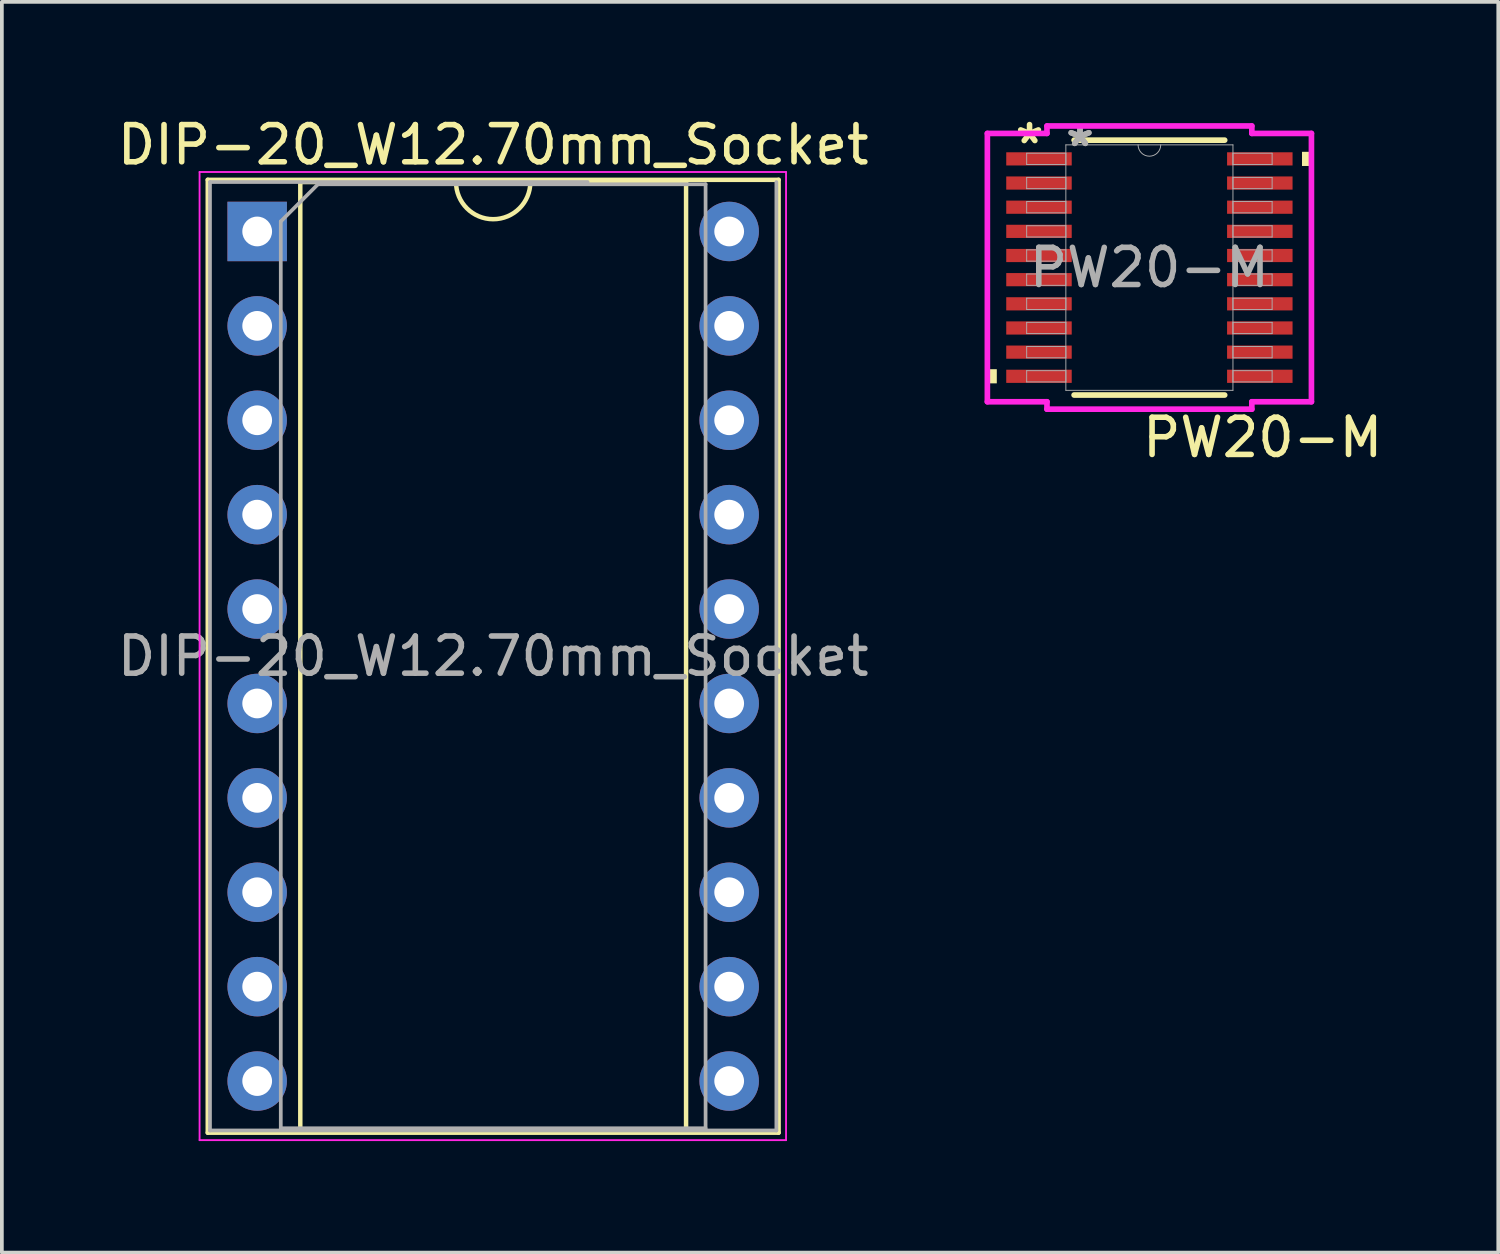
<source format=kicad_pcb>
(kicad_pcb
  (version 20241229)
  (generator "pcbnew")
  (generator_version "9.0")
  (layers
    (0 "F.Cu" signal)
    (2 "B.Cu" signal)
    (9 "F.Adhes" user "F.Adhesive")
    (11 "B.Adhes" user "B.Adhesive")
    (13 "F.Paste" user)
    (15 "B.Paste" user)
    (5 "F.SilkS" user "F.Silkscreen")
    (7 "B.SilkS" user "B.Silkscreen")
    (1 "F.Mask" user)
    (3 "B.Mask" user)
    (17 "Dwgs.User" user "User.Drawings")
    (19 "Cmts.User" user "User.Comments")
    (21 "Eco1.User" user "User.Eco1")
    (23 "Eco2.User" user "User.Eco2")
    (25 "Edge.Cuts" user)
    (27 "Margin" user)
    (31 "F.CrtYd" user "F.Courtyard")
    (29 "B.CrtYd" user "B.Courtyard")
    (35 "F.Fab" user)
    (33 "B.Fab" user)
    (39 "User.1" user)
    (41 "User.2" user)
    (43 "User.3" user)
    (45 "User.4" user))
  (footprint "PW20-M"
    (layer "F.Cu")
    (at 27.877 4.15)
    (property "Reference" "PW20-M" (at 3.048 4.572 0) (unlocked yes) (layer "F.SilkS") (effects (font (size 1 1) (thickness 0.15))))
    (attr smd allow_soldermask_bridges)
    (fp_line (start -2.026 3.429) (end 2.026 3.429) (stroke (width 0.152) (type solid)) (layer "F.SilkS"))
    (fp_line (start 2.026 -3.429) (end -2.026 -3.429) (stroke (width 0.152) (type solid)) (layer "F.SilkS"))
    (fp_poly (pts (xy -4.36 2.734) (xy -4.36 3.115) (xy -4.106 3.115) (xy -4.106 2.734)) (stroke (width 0) (type solid)) (fill yes) (layer "F.SilkS"))
    (fp_poly (pts (xy 4.36 -3.115) (xy 4.36 -2.734) (xy 4.106 -2.734) (xy 4.106 -3.115)) (stroke (width 0) (type solid)) (fill yes) (layer "F.SilkS"))
    (fp_line (start -4.36 -3.61) (end -2.756 -3.61) (stroke (width 0.152) (type solid)) (layer "F.CrtYd"))
    (fp_line (start -4.36 3.61) (end -4.36 -3.61) (stroke (width 0.152) (type solid)) (layer "F.CrtYd"))
    (fp_line (start -4.36 3.61) (end -2.756 3.61) (stroke (width 0.152) (type solid)) (layer "F.CrtYd"))
    (fp_line (start -2.756 -3.81) (end 2.756 -3.81) (stroke (width 0.152) (type solid)) (layer "F.CrtYd"))
    (fp_line (start -2.756 -3.61) (end -2.756 -3.81) (stroke (width 0.152) (type solid)) (layer "F.CrtYd"))
    (fp_line (start -2.756 3.81) (end -2.756 3.61) (stroke (width 0.152) (type solid)) (layer "F.CrtYd"))
    (fp_line (start 2.756 -3.81) (end 2.756 -3.61) (stroke (width 0.152) (type solid)) (layer "F.CrtYd"))
    (fp_line (start 2.756 3.61) (end 2.756 3.81) (stroke (width 0.152) (type solid)) (layer "F.CrtYd"))
    (fp_line (start 2.756 3.81) (end -2.756 3.81) (stroke (width 0.152) (type solid)) (layer "F.CrtYd"))
    (fp_line (start 4.36 -3.61) (end 2.756 -3.61) (stroke (width 0.152) (type solid)) (layer "F.CrtYd"))
    (fp_line (start 4.36 -3.61) (end 4.36 3.61) (stroke (width 0.152) (type solid)) (layer "F.CrtYd"))
    (fp_line (start 4.36 3.61) (end 2.756 3.61) (stroke (width 0.152) (type solid)) (layer "F.CrtYd"))
    (fp_line (start -3.302 -3.077) (end -3.302 -2.773) (stroke (width 0.025) (type solid)) (layer "F.Fab"))
    (fp_line (start -3.302 -2.773) (end -2.248 -2.773) (stroke (width 0.025) (type solid)) (layer "F.Fab"))
    (fp_line (start -3.302 -2.427) (end -3.302 -2.123) (stroke (width 0.025) (type solid)) (layer "F.Fab"))
    (fp_line (start -3.302 -2.123) (end -2.248 -2.123) (stroke (width 0.025) (type solid)) (layer "F.Fab"))
    (fp_line (start -3.302 -1.777) (end -3.302 -1.473) (stroke (width 0.025) (type solid)) (layer "F.Fab"))
    (fp_line (start -3.302 -1.473) (end -2.248 -1.473) (stroke (width 0.025) (type solid)) (layer "F.Fab"))
    (fp_line (start -3.302 -1.127) (end -3.302 -0.823) (stroke (width 0.025) (type solid)) (layer "F.Fab"))
    (fp_line (start -3.302 -0.823) (end -2.248 -0.823) (stroke (width 0.025) (type solid)) (layer "F.Fab"))
    (fp_line (start -3.302 -0.477) (end -3.302 -0.173) (stroke (width 0.025) (type solid)) (layer "F.Fab"))
    (fp_line (start -3.302 -0.173) (end -2.248 -0.173) (stroke (width 0.025) (type solid)) (layer "F.Fab"))
    (fp_line (start -3.302 0.173) (end -3.302 0.477) (stroke (width 0.025) (type solid)) (layer "F.Fab"))
    (fp_line (start -3.302 0.477) (end -2.248 0.477) (stroke (width 0.025) (type solid)) (layer "F.Fab"))
    (fp_line (start -3.302 0.823) (end -3.302 1.127) (stroke (width 0.025) (type solid)) (layer "F.Fab"))
    (fp_line (start -3.302 1.127) (end -2.248 1.127) (stroke (width 0.025) (type solid)) (layer "F.Fab"))
    (fp_line (start -3.302 1.473) (end -3.302 1.777) (stroke (width 0.025) (type solid)) (layer "F.Fab"))
    (fp_line (start -3.302 1.777) (end -2.248 1.777) (stroke (width 0.025) (type solid)) (layer "F.Fab"))
    (fp_line (start -3.302 2.123) (end -3.302 2.427) (stroke (width 0.025) (type solid)) (layer "F.Fab"))
    (fp_line (start -3.302 2.427) (end -2.248 2.427) (stroke (width 0.025) (type solid)) (layer "F.Fab"))
    (fp_line (start -3.302 2.773) (end -3.302 3.077) (stroke (width 0.025) (type solid)) (layer "F.Fab"))
    (fp_line (start -3.302 3.077) (end -2.248 3.077) (stroke (width 0.025) (type solid)) (layer "F.Fab"))
    (fp_line (start -2.248 -3.302) (end -2.248 3.302) (stroke (width 0.025) (type solid)) (layer "F.Fab"))
    (fp_line (start -2.248 -3.077) (end -3.302 -3.077) (stroke (width 0.025) (type solid)) (layer "F.Fab"))
    (fp_line (start -2.248 -2.773) (end -2.248 -3.077) (stroke (width 0.025) (type solid)) (layer "F.Fab"))
    (fp_line (start -2.248 -2.427) (end -3.302 -2.427) (stroke (width 0.025) (type solid)) (layer "F.Fab"))
    (fp_line (start -2.248 -2.123) (end -2.248 -2.427) (stroke (width 0.025) (type solid)) (layer "F.Fab"))
    (fp_line (start -2.248 -1.777) (end -3.302 -1.777) (stroke (width 0.025) (type solid)) (layer "F.Fab"))
    (fp_line (start -2.248 -1.473) (end -2.248 -1.777) (stroke (width 0.025) (type solid)) (layer "F.Fab"))
    (fp_line (start -2.248 -1.127) (end -3.302 -1.127) (stroke (width 0.025) (type solid)) (layer "F.Fab"))
    (fp_line (start -2.248 -0.823) (end -2.248 -1.127) (stroke (width 0.025) (type solid)) (layer "F.Fab"))
    (fp_line (start -2.248 -0.477) (end -3.302 -0.477) (stroke (width 0.025) (type solid)) (layer "F.Fab"))
    (fp_line (start -2.248 -0.173) (end -2.248 -0.477) (stroke (width 0.025) (type solid)) (layer "F.Fab"))
    (fp_line (start -2.248 0.173) (end -3.302 0.173) (stroke (width 0.025) (type solid)) (layer "F.Fab"))
    (fp_line (start -2.248 0.477) (end -2.248 0.173) (stroke (width 0.025) (type solid)) (layer "F.Fab"))
    (fp_line (start -2.248 0.823) (end -3.302 0.823) (stroke (width 0.025) (type solid)) (layer "F.Fab"))
    (fp_line (start -2.248 1.127) (end -2.248 0.823) (stroke (width 0.025) (type solid)) (layer "F.Fab"))
    (fp_line (start -2.248 1.473) (end -3.302 1.473) (stroke (width 0.025) (type solid)) (layer "F.Fab"))
    (fp_line (start -2.248 1.777) (end -2.248 1.473) (stroke (width 0.025) (type solid)) (layer "F.Fab"))
    (fp_line (start -2.248 2.123) (end -3.302 2.123) (stroke (width 0.025) (type solid)) (layer "F.Fab"))
    (fp_line (start -2.248 2.427) (end -2.248 2.123) (stroke (width 0.025) (type solid)) (layer "F.Fab"))
    (fp_line (start -2.248 2.773) (end -3.302 2.773) (stroke (width 0.025) (type solid)) (layer "F.Fab"))
    (fp_line (start -2.248 3.077) (end -2.248 2.773) (stroke (width 0.025) (type solid)) (layer "F.Fab"))
    (fp_line (start -2.248 3.302) (end 2.248 3.302) (stroke (width 0.025) (type solid)) (layer "F.Fab"))
    (fp_line (start 2.248 -3.302) (end -2.248 -3.302) (stroke (width 0.025) (type solid)) (layer "F.Fab"))
    (fp_line (start 2.248 -3.077) (end 2.248 -2.773) (stroke (width 0.025) (type solid)) (layer "F.Fab"))
    (fp_line (start 2.248 -2.773) (end 3.302 -2.773) (stroke (width 0.025) (type solid)) (layer "F.Fab"))
    (fp_line (start 2.248 -2.427) (end 2.248 -2.123) (stroke (width 0.025) (type solid)) (layer "F.Fab"))
    (fp_line (start 2.248 -2.123) (end 3.302 -2.123) (stroke (width 0.025) (type solid)) (layer "F.Fab"))
    (fp_line (start 2.248 -1.777) (end 2.248 -1.473) (stroke (width 0.025) (type solid)) (layer "F.Fab"))
    (fp_line (start 2.248 -1.473) (end 3.302 -1.473) (stroke (width 0.025) (type solid)) (layer "F.Fab"))
    (fp_line (start 2.248 -1.127) (end 2.248 -0.823) (stroke (width 0.025) (type solid)) (layer "F.Fab"))
    (fp_line (start 2.248 -0.823) (end 3.302 -0.823) (stroke (width 0.025) (type solid)) (layer "F.Fab"))
    (fp_line (start 2.248 -0.477) (end 2.248 -0.173) (stroke (width 0.025) (type solid)) (layer "F.Fab"))
    (fp_line (start 2.248 -0.173) (end 3.302 -0.173) (stroke (width 0.025) (type solid)) (layer "F.Fab"))
    (fp_line (start 2.248 0.173) (end 2.248 0.477) (stroke (width 0.025) (type solid)) (layer "F.Fab"))
    (fp_line (start 2.248 0.477) (end 3.302 0.477) (stroke (width 0.025) (type solid)) (layer "F.Fab"))
    (fp_line (start 2.248 0.823) (end 2.248 1.127) (stroke (width 0.025) (type solid)) (layer "F.Fab"))
    (fp_line (start 2.248 1.127) (end 3.302 1.127) (stroke (width 0.025) (type solid)) (layer "F.Fab"))
    (fp_line (start 2.248 1.473) (end 2.248 1.777) (stroke (width 0.025) (type solid)) (layer "F.Fab"))
    (fp_line (start 2.248 1.777) (end 3.302 1.777) (stroke (width 0.025) (type solid)) (layer "F.Fab"))
    (fp_line (start 2.248 2.123) (end 2.248 2.427) (stroke (width 0.025) (type solid)) (layer "F.Fab"))
    (fp_line (start 2.248 2.427) (end 3.302 2.427) (stroke (width 0.025) (type solid)) (layer "F.Fab"))
    (fp_line (start 2.248 2.773) (end 2.248 3.077) (stroke (width 0.025) (type solid)) (layer "F.Fab"))
    (fp_line (start 2.248 3.077) (end 3.302 3.077) (stroke (width 0.025) (type solid)) (layer "F.Fab"))
    (fp_line (start 2.248 3.302) (end 2.248 -3.302) (stroke (width 0.025) (type solid)) (layer "F.Fab"))
    (fp_line (start 3.302 -3.077) (end 2.248 -3.077) (stroke (width 0.025) (type solid)) (layer "F.Fab"))
    (fp_line (start 3.302 -2.773) (end 3.302 -3.077) (stroke (width 0.025) (type solid)) (layer "F.Fab"))
    (fp_line (start 3.302 -2.427) (end 2.248 -2.427) (stroke (width 0.025) (type solid)) (layer "F.Fab"))
    (fp_line (start 3.302 -2.123) (end 3.302 -2.427) (stroke (width 0.025) (type solid)) (layer "F.Fab"))
    (fp_line (start 3.302 -1.777) (end 2.248 -1.777) (stroke (width 0.025) (type solid)) (layer "F.Fab"))
    (fp_line (start 3.302 -1.473) (end 3.302 -1.777) (stroke (width 0.025) (type solid)) (layer "F.Fab"))
    (fp_line (start 3.302 -1.127) (end 2.248 -1.127) (stroke (width 0.025) (type solid)) (layer "F.Fab"))
    (fp_line (start 3.302 -0.823) (end 3.302 -1.127) (stroke (width 0.025) (type solid)) (layer "F.Fab"))
    (fp_line (start 3.302 -0.477) (end 2.248 -0.477) (stroke (width 0.025) (type solid)) (layer "F.Fab"))
    (fp_line (start 3.302 -0.173) (end 3.302 -0.477) (stroke (width 0.025) (type solid)) (layer "F.Fab"))
    (fp_line (start 3.302 0.173) (end 2.248 0.173) (stroke (width 0.025) (type solid)) (layer "F.Fab"))
    (fp_line (start 3.302 0.477) (end 3.302 0.173) (stroke (width 0.025) (type solid)) (layer "F.Fab"))
    (fp_line (start 3.302 0.823) (end 2.248 0.823) (stroke (width 0.025) (type solid)) (layer "F.Fab"))
    (fp_line (start 3.302 1.127) (end 3.302 0.823) (stroke (width 0.025) (type solid)) (layer "F.Fab"))
    (fp_line (start 3.302 1.473) (end 2.248 1.473) (stroke (width 0.025) (type solid)) (layer "F.Fab"))
    (fp_line (start 3.302 1.777) (end 3.302 1.473) (stroke (width 0.025) (type solid)) (layer "F.Fab"))
    (fp_line (start 3.302 2.123) (end 2.248 2.123) (stroke (width 0.025) (type solid)) (layer "F.Fab"))
    (fp_line (start 3.302 2.427) (end 3.302 2.123) (stroke (width 0.025) (type solid)) (layer "F.Fab"))
    (fp_line (start 3.302 2.773) (end 2.248 2.773) (stroke (width 0.025) (type solid)) (layer "F.Fab"))
    (fp_line (start 3.302 3.077) (end 3.302 2.773) (stroke (width 0.025) (type solid)) (layer "F.Fab"))
    (fp_arc (start 0.3048 -3.302) (mid 0 -2.9972) (end -0.3048 -3.302) (stroke (width 0.0254) (type solid)) (layer "F.Fab"))
    (fp_text user "*" (at -3.225 -3.302 0) (layer "F.SilkS") (effects (font (size 1 1) (thickness 0.15))))
    (fp_text user "*" (at -1.867 -3.226 0) (unlocked yes) (layer "F.Fab") (effects (font (size 1 1) (thickness 0.15))))
    (fp_text user "${REFERENCE}" (at 0 0 0) (unlocked yes) (layer "F.Fab") (effects (font (size 1 1) (thickness 0.15))))
    (fp_text user "*" (at -1.867 -3.226 0) (layer "F.Fab") (effects (font (size 1 1) (thickness 0.15))))
    (pad "1" smd rect (at -2.971 -2.925) (size 1.762 0.355) (layers "F.Cu" "F.Mask" "F.Paste"))
    (pad "2" smd rect (at -2.971 -2.275) (size 1.762 0.355) (layers "F.Cu" "F.Mask" "F.Paste"))
    (pad "3" smd rect (at -2.971 -1.625) (size 1.762 0.355) (layers "F.Cu" "F.Mask" "F.Paste"))
    (pad "4" smd rect (at -2.971 -0.975) (size 1.762 0.355) (layers "F.Cu" "F.Mask" "F.Paste"))
    (pad "5" smd rect (at -2.971 -0.325) (size 1.762 0.355) (layers "F.Cu" "F.Mask" "F.Paste"))
    (pad "6" smd rect (at -2.971 0.325) (size 1.762 0.355) (layers "F.Cu" "F.Mask" "F.Paste"))
    (pad "7" smd rect (at -2.971 0.975) (size 1.762 0.355) (layers "F.Cu" "F.Mask" "F.Paste"))
    (pad "8" smd rect (at -2.971 1.625) (size 1.762 0.355) (layers "F.Cu" "F.Mask" "F.Paste"))
    (pad "9" smd rect (at -2.971 2.275) (size 1.762 0.355) (layers "F.Cu" "F.Mask" "F.Paste"))
    (pad "10" smd rect (at -2.971 2.925) (size 1.762 0.355) (layers "F.Cu" "F.Mask" "F.Paste"))
    (pad "11" smd rect (at 2.971 2.925) (size 1.762 0.355) (layers "F.Cu" "F.Mask" "F.Paste"))
    (pad "12" smd rect (at 2.971 2.275) (size 1.762 0.355) (layers "F.Cu" "F.Mask" "F.Paste"))
    (pad "13" smd rect (at 2.971 1.625) (size 1.762 0.355) (layers "F.Cu" "F.Mask" "F.Paste"))
    (pad "14" smd rect (at 2.971 0.975) (size 1.762 0.355) (layers "F.Cu" "F.Mask" "F.Paste"))
    (pad "15" smd rect (at 2.971 0.325) (size 1.762 0.355) (layers "F.Cu" "F.Mask" "F.Paste"))
    (pad "16" smd rect (at 2.971 -0.325) (size 1.762 0.355) (layers "F.Cu" "F.Mask" "F.Paste"))
    (pad "17" smd rect (at 2.971 -0.975) (size 1.762 0.355) (layers "F.Cu" "F.Mask" "F.Paste"))
    (pad "18" smd rect (at 2.971 -1.625) (size 1.762 0.355) (layers "F.Cu" "F.Mask" "F.Paste"))
    (pad "19" smd rect (at 2.971 -2.275) (size 1.762 0.355) (layers "F.Cu" "F.Mask" "F.Paste"))
    (pad "20" smd rect (at 2.971 -2.925) (size 1.762 0.355) (layers "F.Cu" "F.Mask" "F.Paste")))
  (footprint "DIP-20_W12.70mm_Socket"
    (layer "F.Cu")
    (at 3.87 3.178)
    (property "Reference" "DIP-20_W12.70mm_Socket" (at 6.35 -2.33 0) (layer "F.SilkS") (effects (font (size 1 1) (thickness 0.15))))
    (attr through_hole)
    (fp_line (start -1.33 -1.39) (end -1.33 24.25) (stroke (width 0.12) (type solid)) (layer "F.SilkS"))
    (fp_line (start -1.33 24.25) (end 14.03 24.25) (stroke (width 0.12) (type solid)) (layer "F.SilkS"))
    (fp_line (start 1.16 -1.33) (end 1.16 24.19) (stroke (width 0.12) (type solid)) (layer "F.SilkS"))
    (fp_line (start 1.16 24.19) (end 11.54 24.19) (stroke (width 0.12) (type solid)) (layer "F.SilkS"))
    (fp_line (start 5.35 -1.33) (end 1.16 -1.33) (stroke (width 0.12) (type solid)) (layer "F.SilkS"))
    (fp_line (start 11.54 -1.33) (end 7.35 -1.33) (stroke (width 0.12) (type solid)) (layer "F.SilkS"))
    (fp_line (start 11.54 24.19) (end 11.54 -1.33) (stroke (width 0.12) (type solid)) (layer "F.SilkS"))
    (fp_line (start 14.03 -1.39) (end -1.33 -1.39) (stroke (width 0.12) (type solid)) (layer "F.SilkS"))
    (fp_line (start 14.03 24.25) (end 14.03 -1.39) (stroke (width 0.12) (type solid)) (layer "F.SilkS"))
    (fp_arc (start 7.35 -1.33) (mid 6.35 -0.33) (end 5.35 -1.33) (stroke (width 0.12) (type solid)) (layer "F.SilkS"))
    (fp_line (start -1.55 -1.6) (end -1.55 24.45) (stroke (width 0.05) (type solid)) (layer "F.CrtYd"))
    (fp_line (start -1.55 24.45) (end 14.23 24.45) (stroke (width 0.05) (type solid)) (layer "F.CrtYd"))
    (fp_line (start 14.23 -1.6) (end -1.55 -1.6) (stroke (width 0.05) (type solid)) (layer "F.CrtYd"))
    (fp_line (start 14.23 24.45) (end 14.23 -1.6) (stroke (width 0.05) (type solid)) (layer "F.CrtYd"))
    (fp_line (start -1.27 -1.33) (end -1.27 24.19) (stroke (width 0.1) (type solid)) (layer "F.Fab"))
    (fp_line (start -1.27 24.19) (end 13.97 24.19) (stroke (width 0.1) (type solid)) (layer "F.Fab"))
    (fp_line (start 0.635 -0.27) (end 1.635 -1.27) (stroke (width 0.1) (type solid)) (layer "F.Fab"))
    (fp_line (start 0.635 24.13) (end 0.635 -0.27) (stroke (width 0.1) (type solid)) (layer "F.Fab"))
    (fp_line (start 1.635 -1.27) (end 12.065 -1.27) (stroke (width 0.1) (type solid)) (layer "F.Fab"))
    (fp_line (start 8.89 -1.33) (end -1.27 -1.33) (stroke (width 0.1) (type solid)) (layer "F.Fab"))
    (fp_line (start 12.065 -1.27) (end 12.065 24.13) (stroke (width 0.1) (type solid)) (layer "F.Fab"))
    (fp_line (start 12.065 24.13) (end 0.635 24.13) (stroke (width 0.1) (type solid)) (layer "F.Fab"))
    (fp_line (start 13.97 24.19) (end 13.97 -1.33) (stroke (width 0.1) (type solid)) (layer "F.Fab"))
    (fp_text user "${REFERENCE}" (at 6.35 11.43 0) (layer "F.Fab") (effects (font (size 1 1) (thickness 0.15))))
    (pad "1" thru_hole rect (at 0 0) (size 1.6 1.6) (drill 0.8) (layers "*.Cu" "*.Mask"))
    (pad "2" thru_hole oval (at 0 2.54) (size 1.6 1.6) (drill 0.8) (layers "*.Cu" "*.Mask"))
    (pad "3" thru_hole oval (at 0 5.08) (size 1.6 1.6) (drill 0.8) (layers "*.Cu" "*.Mask"))
    (pad "4" thru_hole oval (at 0 7.62) (size 1.6 1.6) (drill 0.8) (layers "*.Cu" "*.Mask"))
    (pad "5" thru_hole oval (at 0 10.16) (size 1.6 1.6) (drill 0.8) (layers "*.Cu" "*.Mask"))
    (pad "6" thru_hole oval (at 0 12.7) (size 1.6 1.6) (drill 0.8) (layers "*.Cu" "*.Mask"))
    (pad "7" thru_hole oval (at 0 15.24) (size 1.6 1.6) (drill 0.8) (layers "*.Cu" "*.Mask"))
    (pad "8" thru_hole oval (at 0 17.78) (size 1.6 1.6) (drill 0.8) (layers "*.Cu" "*.Mask"))
    (pad "9" thru_hole oval (at 0 20.32) (size 1.6 1.6) (drill 0.8) (layers "*.Cu" "*.Mask"))
    (pad "10" thru_hole oval (at 0 22.86) (size 1.6 1.6) (drill 0.8) (layers "*.Cu" "*.Mask"))
    (pad "11" thru_hole oval (at 12.7 22.86) (size 1.6 1.6) (drill 0.8) (layers "*.Cu" "*.Mask"))
    (pad "12" thru_hole oval (at 12.7 20.32) (size 1.6 1.6) (drill 0.8) (layers "*.Cu" "*.Mask"))
    (pad "13" thru_hole oval (at 12.7 17.78) (size 1.6 1.6) (drill 0.8) (layers "*.Cu" "*.Mask"))
    (pad "14" thru_hole oval (at 12.7 15.24) (size 1.6 1.6) (drill 0.8) (layers "*.Cu" "*.Mask"))
    (pad "15" thru_hole oval (at 12.7 12.7) (size 1.6 1.6) (drill 0.8) (layers "*.Cu" "*.Mask"))
    (pad "16" thru_hole oval (at 12.7 10.16) (size 1.6 1.6) (drill 0.8) (layers "*.Cu" "*.Mask"))
    (pad "17" thru_hole oval (at 12.7 7.62) (size 1.6 1.6) (drill 0.8) (layers "*.Cu" "*.Mask"))
    (pad "18" thru_hole oval (at 12.7 5.08) (size 1.6 1.6) (drill 0.8) (layers "*.Cu" "*.Mask"))
    (pad "19" thru_hole oval (at 12.7 2.54) (size 1.6 1.6) (drill 0.8) (layers "*.Cu" "*.Mask"))
    (pad "20" thru_hole oval (at 12.7 0) (size 1.6 1.6) (drill 0.8) (layers "*.Cu" "*.Mask")))
  (gr_rect
    (start -3 -3)
    (end 37.264 30.653)
    (stroke (width 0.1) (type default))
    (fill no)
    (layer "Edge.Cuts")))
</source>
